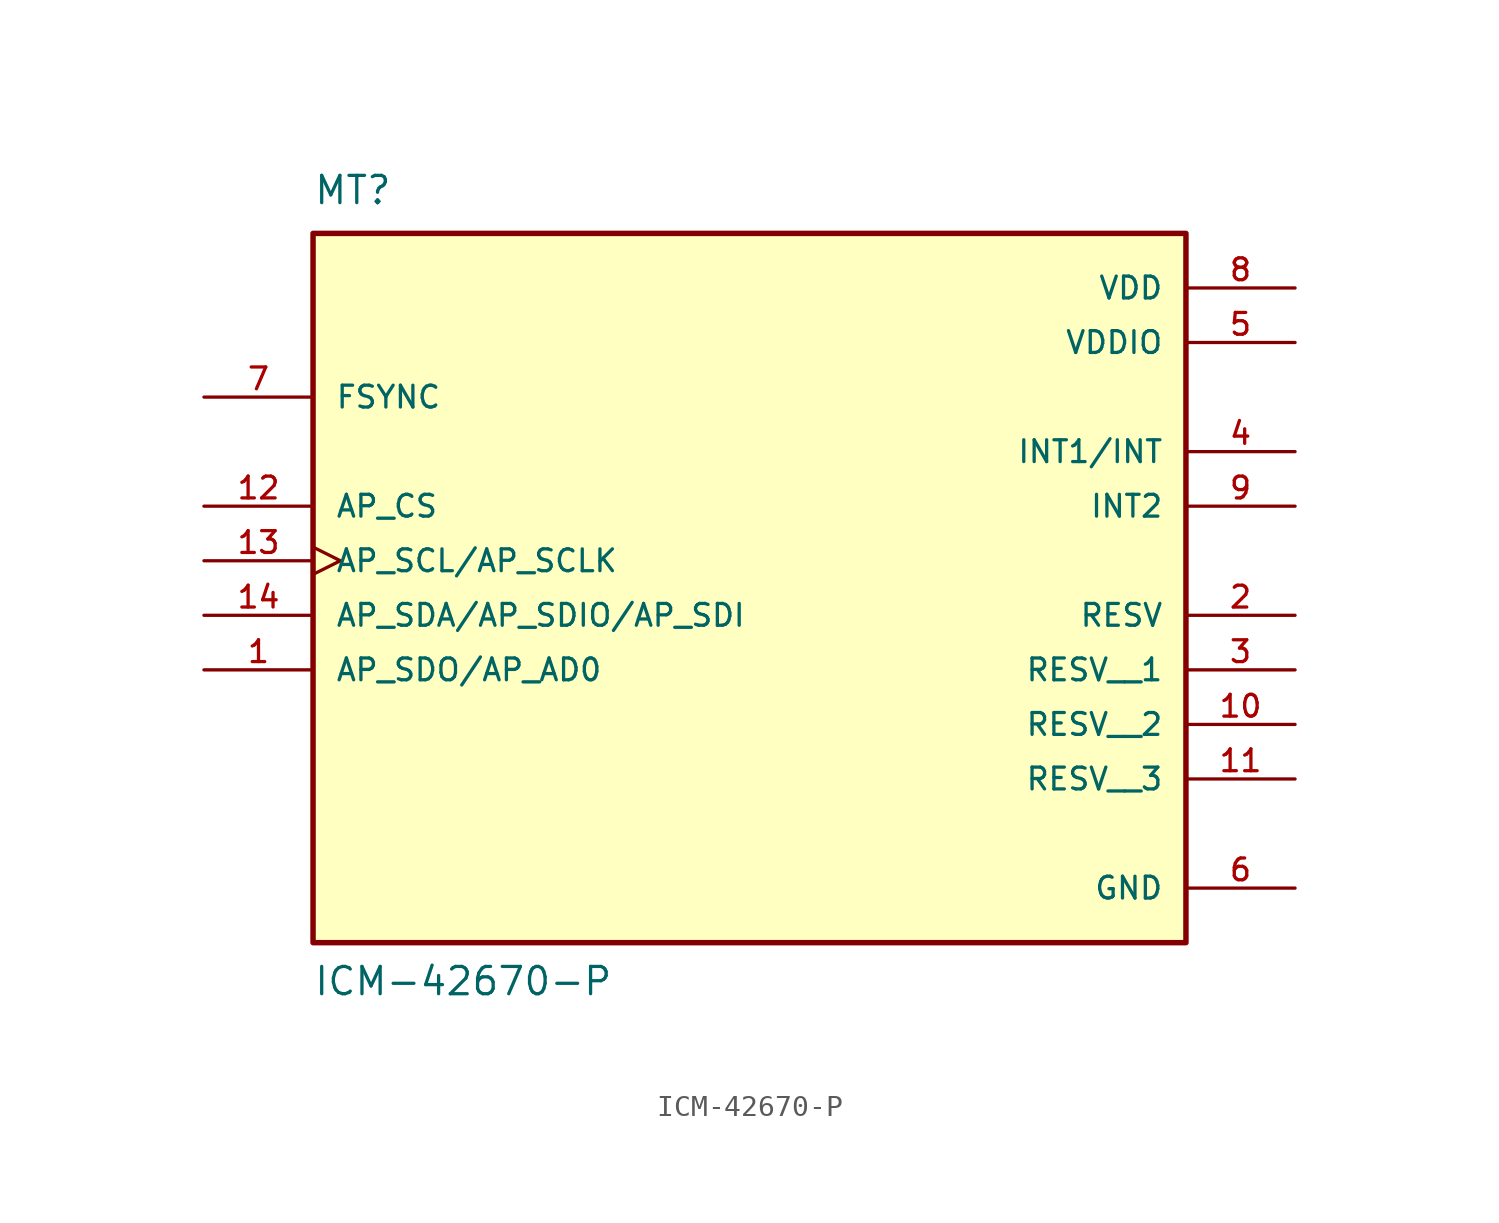
<source format=kicad_sym>
(kicad_symbol_lib
  (version 20231120)
  (generator "kicad_symbol_editor")
  (generator_version "8.0")
  (symbol "ICM-42670-P"
    (pin_names
      (offset 1.016))
    (property "Reference" "MT"
      (at -20.32 13.97 0)
      (effects (font (size 1.27 1.27)) (justify left bottom)))
    (property "Value" "ICM-42670-P"
      (at -20.32 -22.86 0)
      (effects (font (size 1.27 1.27)) (justify left bottom)))
    (symbol "ICM-42670-P_0_0"
      (rectangle (start -20.32 -20.32) (end 20.32 12.7) (stroke (width 0.254) (type default)) (fill (type background)))
      (pin bidirectional line (at -25.4 -7.62 0) (length 5.08) (name "AP_SDO/AP_AD0" (effects (font (size 1.016 1.016)))) (number "1" (effects (font (size 1.016 1.016)))))
      (pin passive line (at 25.4 -10.16 180) (length 5.08) (name "RESV__2" (effects (font (size 1.016 1.016)))) (number "10" (effects (font (size 1.016 1.016)))))
      (pin passive line (at 25.4 -12.7 180) (length 5.08) (name "RESV__3" (effects (font (size 1.016 1.016)))) (number "11" (effects (font (size 1.016 1.016)))))
      (pin input line (at -25.4 0 0) (length 5.08) (name "AP_CS" (effects (font (size 1.016 1.016)))) (number "12" (effects (font (size 1.016 1.016)))))
      (pin input clock (at -25.4 -2.54 0) (length 5.08) (name "AP_SCL/AP_SCLK" (effects (font (size 1.016 1.016)))) (number "13" (effects (font (size 1.016 1.016)))))
      (pin bidirectional line (at -25.4 -5.08 0) (length 5.08) (name "AP_SDA/AP_SDIO/AP_SDI" (effects (font (size 1.016 1.016)))) (number "14" (effects (font (size 1.016 1.016)))))
      (pin passive line (at 25.4 -5.08 180) (length 5.08) (name "RESV" (effects (font (size 1.016 1.016)))) (number "2" (effects (font (size 1.016 1.016)))))
      (pin passive line (at 25.4 -7.62 180) (length 5.08) (name "RESV__1" (effects (font (size 1.016 1.016)))) (number "3" (effects (font (size 1.016 1.016)))))
      (pin output line (at 25.4 2.54 180) (length 5.08) (name "INT1/INT" (effects (font (size 1.016 1.016)))) (number "4" (effects (font (size 1.016 1.016)))))
      (pin power_in line (at 25.4 7.62 180) (length 5.08) (name "VDDIO" (effects (font (size 1.016 1.016)))) (number "5" (effects (font (size 1.016 1.016)))))
      (pin power_in line (at 25.4 -17.78 180) (length 5.08) (name "GND" (effects (font (size 1.016 1.016)))) (number "6" (effects (font (size 1.016 1.016)))))
      (pin input line (at -25.4 5.08 0) (length 5.08) (name "FSYNC" (effects (font (size 1.016 1.016)))) (number "7" (effects (font (size 1.016 1.016)))))
      (pin power_in line (at 25.4 10.16 180) (length 5.08) (name "VDD" (effects (font (size 1.016 1.016)))) (number "8" (effects (font (size 1.016 1.016)))))
      (pin output line (at 25.4 0 180) (length 5.08) (name "INT2" (effects (font (size 1.016 1.016)))) (number "9" (effects (font (size 1.016 1.016))))))))
</source>
